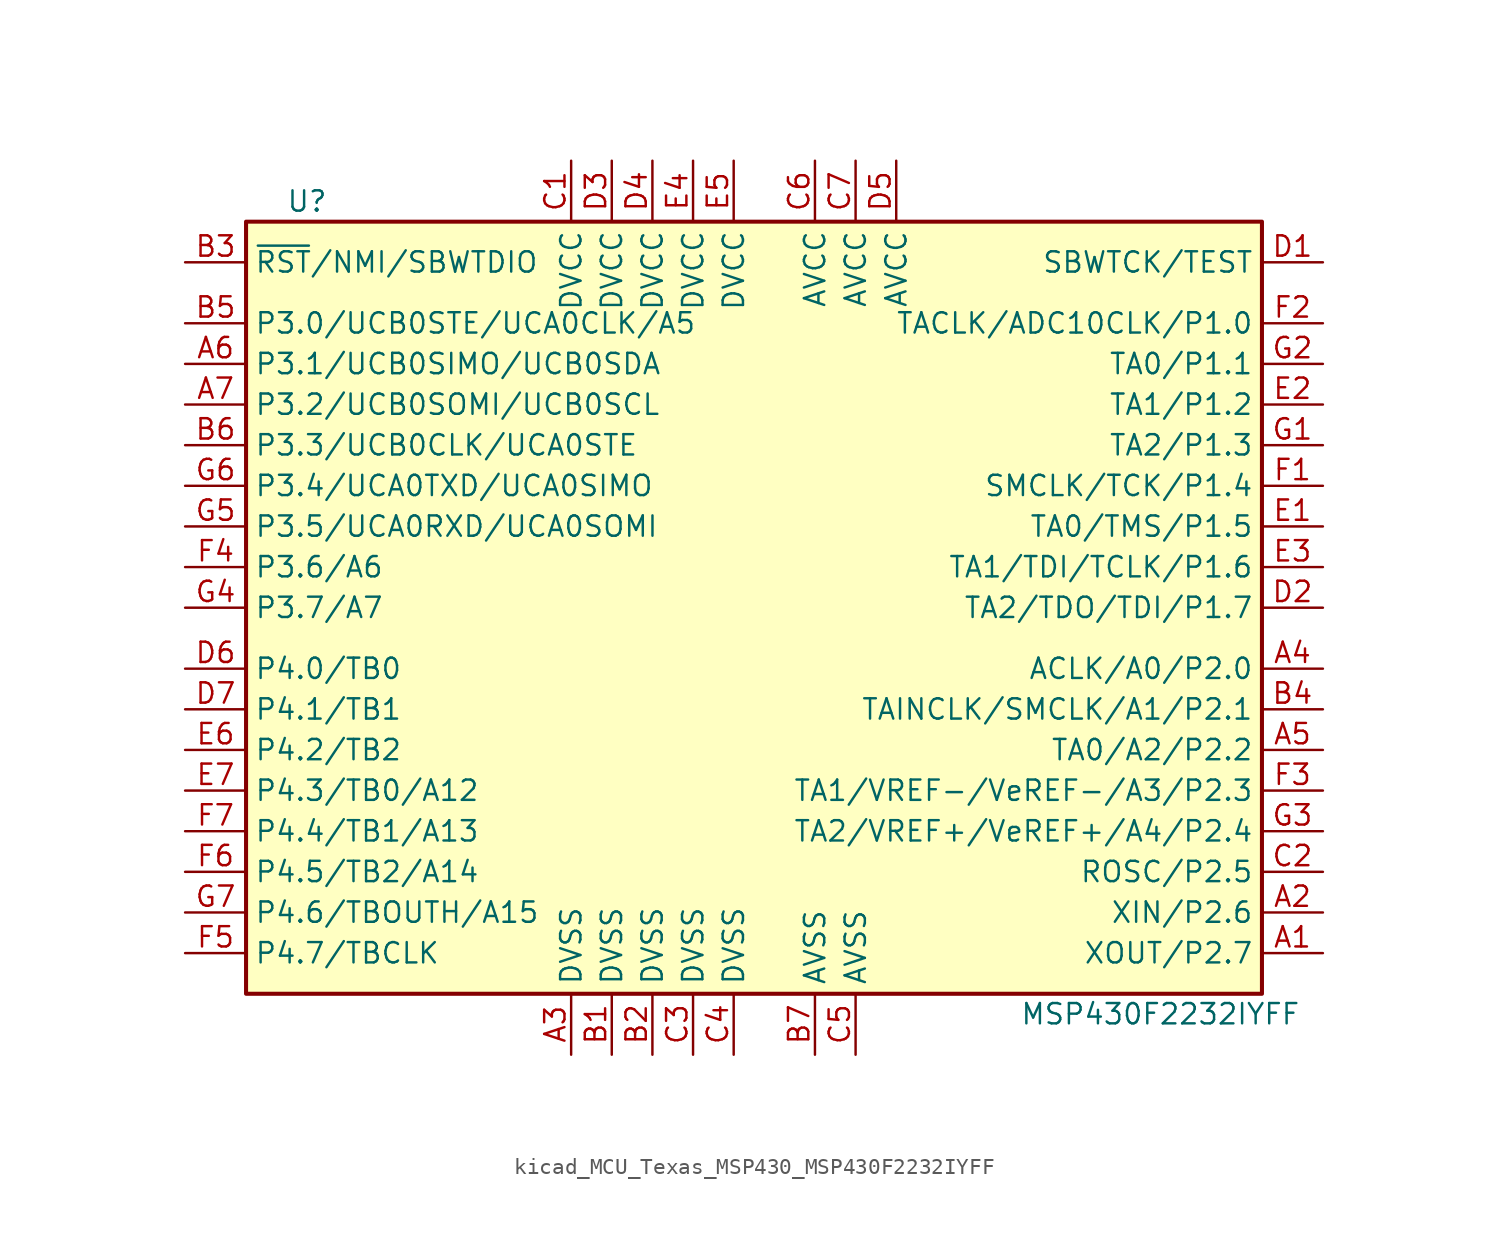
<source format=kicad_sym>
(kicad_symbol_lib
  (version 20220914)
  (generator kicad_symbol_editor)
  (symbol "kicad_MCU_Texas_MSP430_MSP430F2232IYFF"
    (property "Reference" "U"
      (at -29.21 25.4 0)
      (effects (font (size 1.27 1.27))))
    (property "Value" "MSP430F2232IYFF"
      (at 24.13 -25.4 0)
      (effects (font (size 1.27 1.27))))
    (symbol "kicad_MCU_Texas_MSP430_MSP430F2232IYFF_0_1"
      (rectangle (start -33.02 24.13) (end 30.48 -24.13) (stroke (width 0.254) (type default)) (fill (type background))))
    (symbol "kicad_MCU_Texas_MSP430_MSP430F2232IYFF_1_1"
      (pin bidirectional line (at 34.29 -21.59 180) (length 3.81) (name "XOUT/P2.7" (effects (font (size 1.27 1.27)))) (number "A1" (effects (font (size 1.27 1.27)))))
      (pin bidirectional line (at 34.29 -19.05 180) (length 3.81) (name "XIN/P2.6" (effects (font (size 1.27 1.27)))) (number "A2" (effects (font (size 1.27 1.27)))))
      (pin power_in line (at -12.7 -27.94 90) (length 3.81) (name "DVSS" (effects (font (size 1.27 1.27)))) (number "A3" (effects (font (size 1.27 1.27)))))
      (pin bidirectional line (at 34.29 -3.81 180) (length 3.81) (name "ACLK/A0/P2.0" (effects (font (size 1.27 1.27)))) (number "A4" (effects (font (size 1.27 1.27)))))
      (pin bidirectional line (at 34.29 -8.89 180) (length 3.81) (name "TA0/A2/P2.2" (effects (font (size 1.27 1.27)))) (number "A5" (effects (font (size 1.27 1.27)))))
      (pin bidirectional line (at -36.83 15.24 0) (length 3.81) (name "P3.1/UCB0SIMO/UCB0SDA" (effects (font (size 1.27 1.27)))) (number "A6" (effects (font (size 1.27 1.27)))))
      (pin bidirectional line (at -36.83 12.7 0) (length 3.81) (name "P3.2/UCB0SOMI/UCB0SCL" (effects (font (size 1.27 1.27)))) (number "A7" (effects (font (size 1.27 1.27)))))
      (pin power_in line (at -10.16 -27.94 90) (length 3.81) (name "DVSS" (effects (font (size 1.27 1.27)))) (number "B1" (effects (font (size 1.27 1.27)))))
      (pin power_in line (at -7.62 -27.94 90) (length 3.81) (name "DVSS" (effects (font (size 1.27 1.27)))) (number "B2" (effects (font (size 1.27 1.27)))))
      (pin input line (at -36.83 21.59 0) (length 3.81) (name "~{RST}/NMI/SBWTDIO" (effects (font (size 1.27 1.27)))) (number "B3" (effects (font (size 1.27 1.27)))))
      (pin bidirectional line (at 34.29 -6.35 180) (length 3.81) (name "TAINCLK/SMCLK/A1/P2.1" (effects (font (size 1.27 1.27)))) (number "B4" (effects (font (size 1.27 1.27)))))
      (pin bidirectional line (at -36.83 17.78 0) (length 3.81) (name "P3.0/UCB0STE/UCA0CLK/A5" (effects (font (size 1.27 1.27)))) (number "B5" (effects (font (size 1.27 1.27)))))
      (pin bidirectional line (at -36.83 10.16 0) (length 3.81) (name "P3.3/UCB0CLK/UCA0STE" (effects (font (size 1.27 1.27)))) (number "B6" (effects (font (size 1.27 1.27)))))
      (pin power_in line (at 2.54 -27.94 90) (length 3.81) (name "AVSS" (effects (font (size 1.27 1.27)))) (number "B7" (effects (font (size 1.27 1.27)))))
      (pin power_in line (at -12.7 27.94 270) (length 3.81) (name "DVCC" (effects (font (size 1.27 1.27)))) (number "C1" (effects (font (size 1.27 1.27)))))
      (pin bidirectional line (at 34.29 -16.51 180) (length 3.81) (name "ROSC/P2.5" (effects (font (size 1.27 1.27)))) (number "C2" (effects (font (size 1.27 1.27)))))
      (pin power_in line (at -5.08 -27.94 90) (length 3.81) (name "DVSS" (effects (font (size 1.27 1.27)))) (number "C3" (effects (font (size 1.27 1.27)))))
      (pin power_in line (at -2.54 -27.94 90) (length 3.81) (name "DVSS" (effects (font (size 1.27 1.27)))) (number "C4" (effects (font (size 1.27 1.27)))))
      (pin power_in line (at 5.08 -27.94 90) (length 3.81) (name "AVSS" (effects (font (size 1.27 1.27)))) (number "C5" (effects (font (size 1.27 1.27)))))
      (pin power_in line (at 2.54 27.94 270) (length 3.81) (name "AVCC" (effects (font (size 1.27 1.27)))) (number "C6" (effects (font (size 1.27 1.27)))))
      (pin power_in line (at 5.08 27.94 270) (length 3.81) (name "AVCC" (effects (font (size 1.27 1.27)))) (number "C7" (effects (font (size 1.27 1.27)))))
      (pin input line (at 34.29 21.59 180) (length 3.81) (name "SBWTCK/TEST" (effects (font (size 1.27 1.27)))) (number "D1" (effects (font (size 1.27 1.27)))))
      (pin bidirectional line (at 34.29 0 180) (length 3.81) (name "TA2/TDO/TDI/P1.7" (effects (font (size 1.27 1.27)))) (number "D2" (effects (font (size 1.27 1.27)))))
      (pin power_in line (at -10.16 27.94 270) (length 3.81) (name "DVCC" (effects (font (size 1.27 1.27)))) (number "D3" (effects (font (size 1.27 1.27)))))
      (pin power_in line (at -7.62 27.94 270) (length 3.81) (name "DVCC" (effects (font (size 1.27 1.27)))) (number "D4" (effects (font (size 1.27 1.27)))))
      (pin power_in line (at 7.62 27.94 270) (length 3.81) (name "AVCC" (effects (font (size 1.27 1.27)))) (number "D5" (effects (font (size 1.27 1.27)))))
      (pin bidirectional line (at -36.83 -3.81 0) (length 3.81) (name "P4.0/TB0" (effects (font (size 1.27 1.27)))) (number "D6" (effects (font (size 1.27 1.27)))))
      (pin bidirectional line (at -36.83 -6.35 0) (length 3.81) (name "P4.1/TB1" (effects (font (size 1.27 1.27)))) (number "D7" (effects (font (size 1.27 1.27)))))
      (pin bidirectional line (at 34.29 5.08 180) (length 3.81) (name "TA0/TMS/P1.5" (effects (font (size 1.27 1.27)))) (number "E1" (effects (font (size 1.27 1.27)))))
      (pin bidirectional line (at 34.29 12.7 180) (length 3.81) (name "TA1/P1.2" (effects (font (size 1.27 1.27)))) (number "E2" (effects (font (size 1.27 1.27)))))
      (pin bidirectional line (at 34.29 2.54 180) (length 3.81) (name "TA1/TDI/TCLK/P1.6" (effects (font (size 1.27 1.27)))) (number "E3" (effects (font (size 1.27 1.27)))))
      (pin power_in line (at -5.08 27.94 270) (length 3.81) (name "DVCC" (effects (font (size 1.27 1.27)))) (number "E4" (effects (font (size 1.27 1.27)))))
      (pin power_in line (at -2.54 27.94 270) (length 3.81) (name "DVCC" (effects (font (size 1.27 1.27)))) (number "E5" (effects (font (size 1.27 1.27)))))
      (pin bidirectional line (at -36.83 -8.89 0) (length 3.81) (name "P4.2/TB2" (effects (font (size 1.27 1.27)))) (number "E6" (effects (font (size 1.27 1.27)))))
      (pin bidirectional line (at -36.83 -11.43 0) (length 3.81) (name "P4.3/TB0/A12" (effects (font (size 1.27 1.27)))) (number "E7" (effects (font (size 1.27 1.27)))))
      (pin bidirectional line (at 34.29 7.62 180) (length 3.81) (name "SMCLK/TCK/P1.4" (effects (font (size 1.27 1.27)))) (number "F1" (effects (font (size 1.27 1.27)))))
      (pin bidirectional line (at 34.29 17.78 180) (length 3.81) (name "TACLK/ADC10CLK/P1.0" (effects (font (size 1.27 1.27)))) (number "F2" (effects (font (size 1.27 1.27)))))
      (pin bidirectional line (at 34.29 -11.43 180) (length 3.81) (name "TA1/VREF-/VeREF-/A3/P2.3" (effects (font (size 1.27 1.27)))) (number "F3" (effects (font (size 1.27 1.27)))))
      (pin bidirectional line (at -36.83 2.54 0) (length 3.81) (name "P3.6/A6" (effects (font (size 1.27 1.27)))) (number "F4" (effects (font (size 1.27 1.27)))))
      (pin bidirectional line (at -36.83 -21.59 0) (length 3.81) (name "P4.7/TBCLK" (effects (font (size 1.27 1.27)))) (number "F5" (effects (font (size 1.27 1.27)))))
      (pin bidirectional line (at -36.83 -16.51 0) (length 3.81) (name "P4.5/TB2/A14" (effects (font (size 1.27 1.27)))) (number "F6" (effects (font (size 1.27 1.27)))))
      (pin bidirectional line (at -36.83 -13.97 0) (length 3.81) (name "P4.4/TB1/A13" (effects (font (size 1.27 1.27)))) (number "F7" (effects (font (size 1.27 1.27)))))
      (pin bidirectional line (at 34.29 10.16 180) (length 3.81) (name "TA2/P1.3" (effects (font (size 1.27 1.27)))) (number "G1" (effects (font (size 1.27 1.27)))))
      (pin bidirectional line (at 34.29 15.24 180) (length 3.81) (name "TA0/P1.1" (effects (font (size 1.27 1.27)))) (number "G2" (effects (font (size 1.27 1.27)))))
      (pin bidirectional line (at 34.29 -13.97 180) (length 3.81) (name "TA2/VREF+/VeREF+/A4/P2.4" (effects (font (size 1.27 1.27)))) (number "G3" (effects (font (size 1.27 1.27)))))
      (pin bidirectional line (at -36.83 0 0) (length 3.81) (name "P3.7/A7" (effects (font (size 1.27 1.27)))) (number "G4" (effects (font (size 1.27 1.27)))))
      (pin bidirectional line (at -36.83 5.08 0) (length 3.81) (name "P3.5/UCA0RXD/UCA0SOMI" (effects (font (size 1.27 1.27)))) (number "G5" (effects (font (size 1.27 1.27)))))
      (pin bidirectional line (at -36.83 7.62 0) (length 3.81) (name "P3.4/UCA0TXD/UCA0SIMO" (effects (font (size 1.27 1.27)))) (number "G6" (effects (font (size 1.27 1.27)))))
      (pin bidirectional line (at -36.83 -19.05 0) (length 3.81) (name "P4.6/TBOUTH/A15" (effects (font (size 1.27 1.27)))) (number "G7" (effects (font (size 1.27 1.27))))))))
</source>
